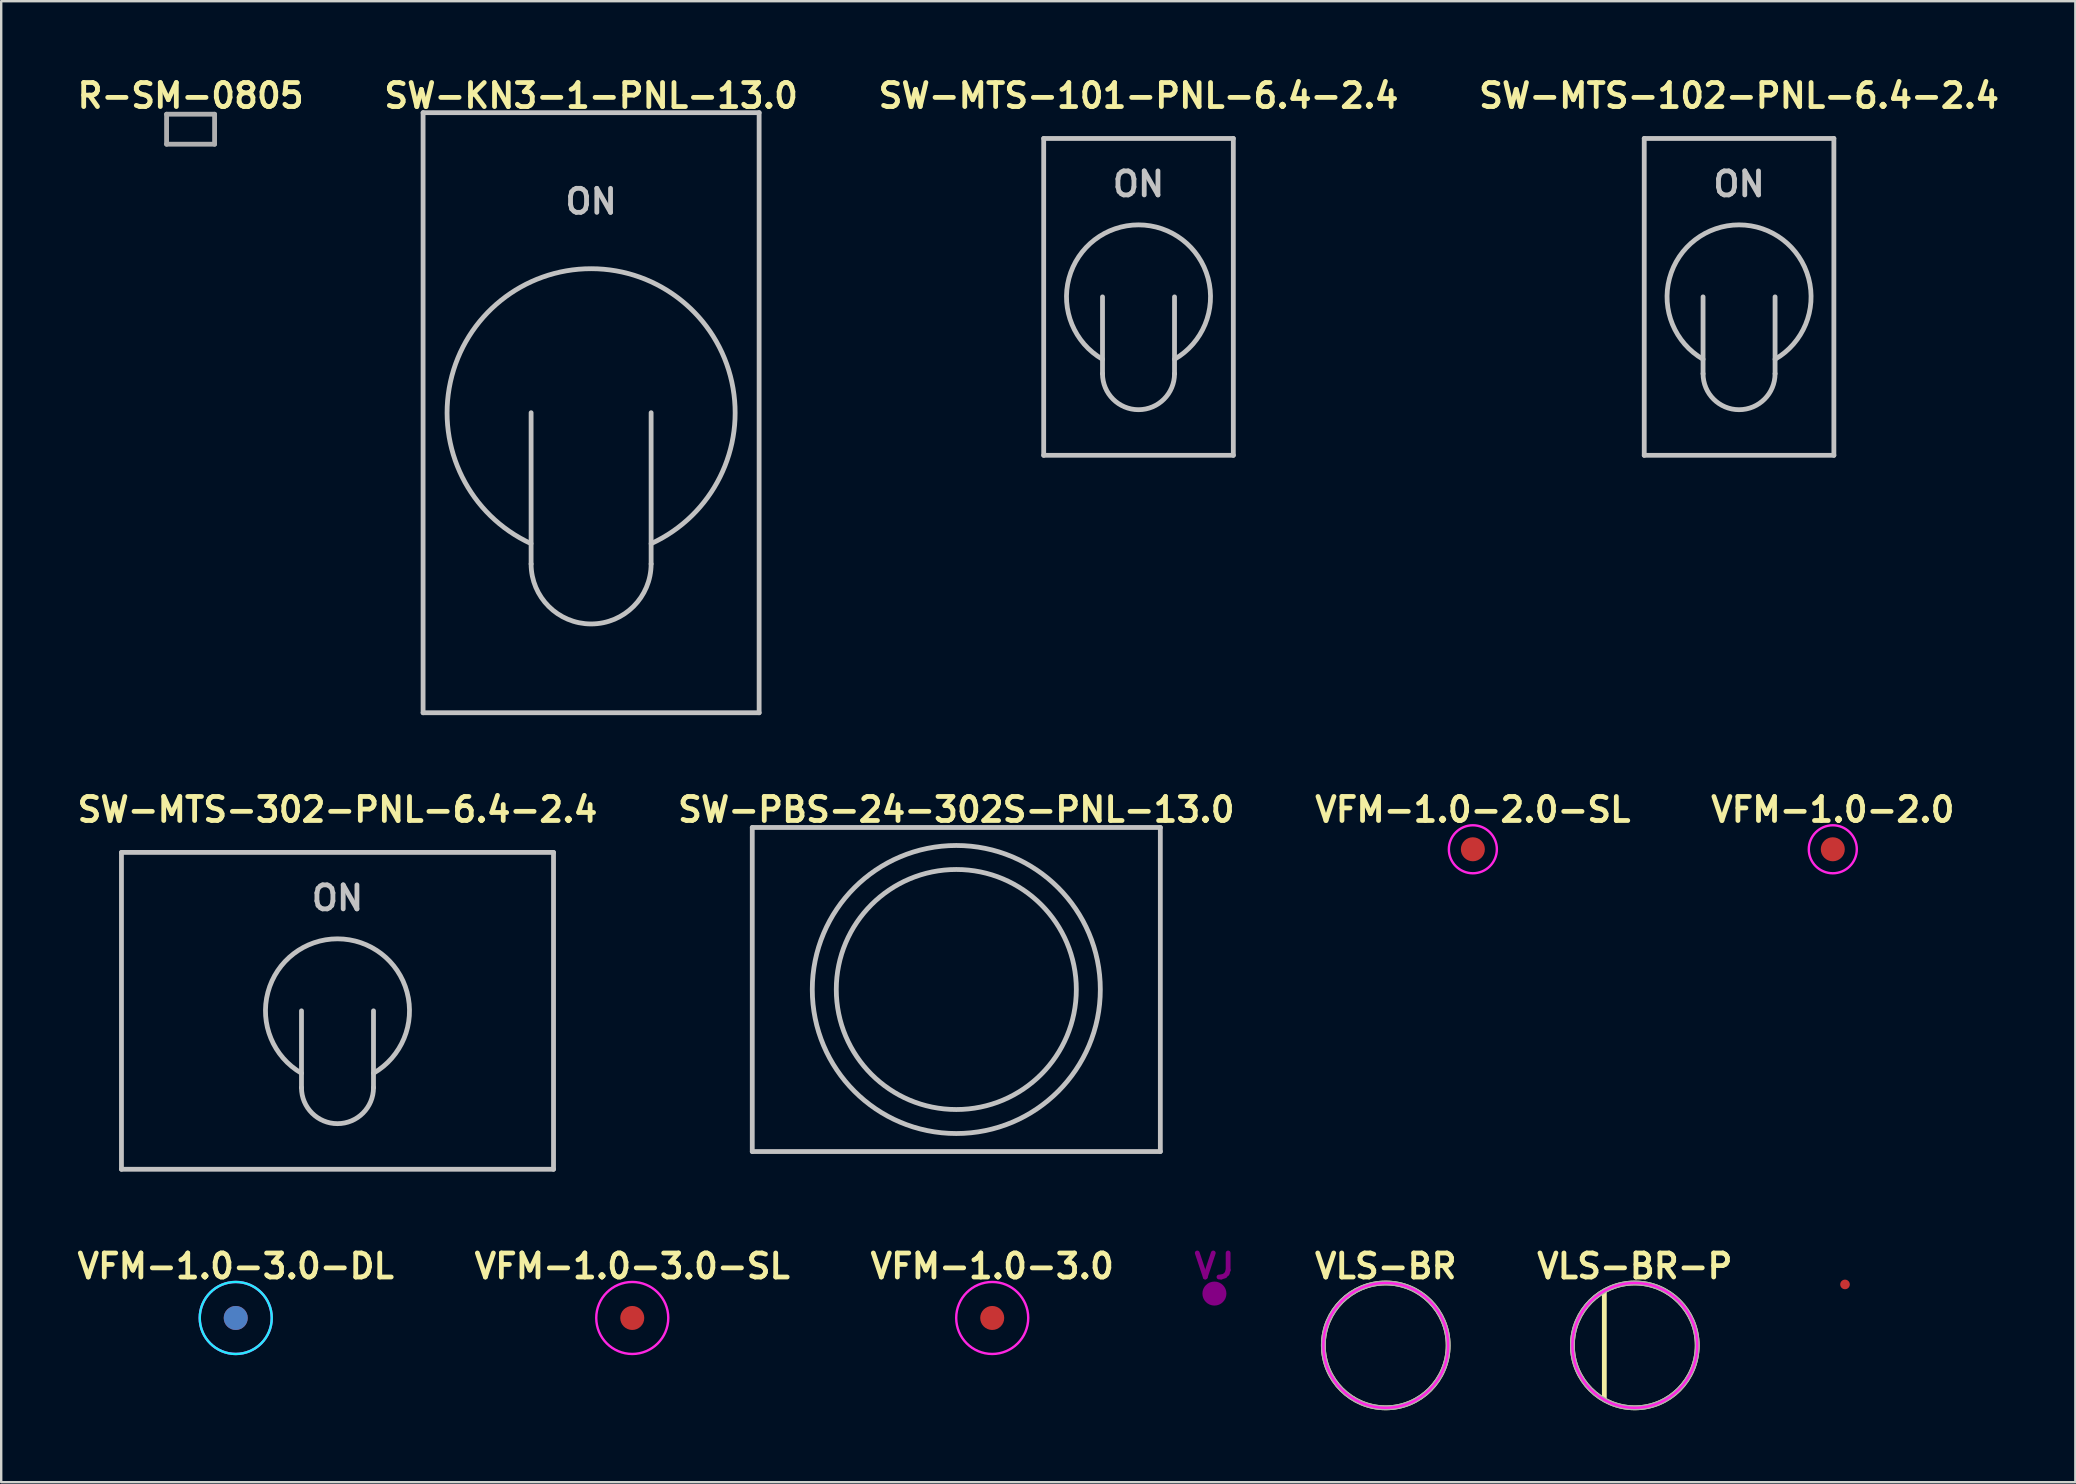
<source format=kicad_pcb>
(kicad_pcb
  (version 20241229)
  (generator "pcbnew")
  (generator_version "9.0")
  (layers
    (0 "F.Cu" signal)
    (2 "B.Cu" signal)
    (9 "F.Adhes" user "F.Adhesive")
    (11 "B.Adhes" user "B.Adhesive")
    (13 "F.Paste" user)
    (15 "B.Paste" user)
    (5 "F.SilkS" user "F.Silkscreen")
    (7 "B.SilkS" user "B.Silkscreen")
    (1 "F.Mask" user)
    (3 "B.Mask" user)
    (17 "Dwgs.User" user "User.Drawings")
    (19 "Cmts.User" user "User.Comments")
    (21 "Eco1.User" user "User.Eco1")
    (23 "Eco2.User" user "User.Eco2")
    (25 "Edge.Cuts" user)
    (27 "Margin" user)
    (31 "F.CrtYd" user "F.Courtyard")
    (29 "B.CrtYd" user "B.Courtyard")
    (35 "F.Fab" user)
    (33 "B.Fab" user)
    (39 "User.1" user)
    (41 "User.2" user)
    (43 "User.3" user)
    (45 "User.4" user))
  (footprint "VFM-1.0-2.0-SL"
    (layer "F.Cu")
    (at 58.31 32.331)
    (property "Reference" "VFM-1.0-2.0-SL" (at 0 -1.651 0) (layer "F.SilkS") (effects (font (size 1 1) (thickness 0.2))))
    (attr through_hole)
    (fp_circle (center 0 0) (end 1 0) (stroke (width 0.1) (type solid)) (fill no) (layer "F.CrtYd"))
    (pad "" smd circle (at 0 0) (size 1 1) (layers "F.Cu" "F.Mask")))
  (footprint "VFM-1.0-2.0"
    (layer "F.Cu")
    (at 73.305 32.331)
    (property "Reference" "VFM-1.0-2.0" (at 0 -1.651 0) (layer "F.SilkS") (effects (font (size 1 1) (thickness 0.2))))
    (attr through_hole)
    (fp_circle (center 0 0) (end 1 0) (stroke (width 0.1) (type solid)) (fill no) (layer "F.CrtYd"))
    (pad "" smd circle (at 0 0) (size 1 1) (layers "F.Cu" "F.Mask")))
  (footprint "VLS-BR-P"
    (layer "F.Cu")
    (at 65.057 53)
    (property "Reference" "VLS-BR-P" (at 0 -3.302 0) (layer "F.SilkS") (effects (font (size 1 1) (thickness 0.2))))
    (attr through_hole)
    (fp_line (start -1.27 -2.223) (end -1.27 2.223) (stroke (width 0.2) (type solid)) (layer "F.SilkS"))
    (fp_circle (center 0 0) (end 2.6 0) (stroke (width 0.2) (type solid)) (fill no) (layer "F.SilkS"))
    (fp_circle (center 0 0) (end 2.6 0) (stroke (width 0.1) (type solid)) (fill no) (layer "F.CrtYd"))
    (fp_circle (center 0 0) (end 2.6 0) (stroke (width 0.2) (type solid)) (fill no) (layer "F.Fab")))
  (footprint "SW-MTS-101-PNL-6.4-2.4"
    (layer "F.Cu")
    (at 44.381 9.318)
    (property "Reference" "SW-MTS-101-PNL-6.4-2.4" (at 0 -8.382 0) (layer "F.SilkS") (effects (font (size 1 1) (thickness 0.2))))
    (attr through_hole)
    (fp_line (start -3.95 -6.6) (end -3.95 6.6) (stroke (width 0.2) (type solid)) (layer "Dwgs.User"))
    (fp_line (start -3.95 -6.6) (end 3.95 -6.6) (stroke (width 0.2) (type solid)) (layer "Dwgs.User"))
    (fp_line (start -3.95 6.6) (end 3.95 6.6) (stroke (width 0.2) (type solid)) (layer "Dwgs.User"))
    (fp_line (start -1.5 0) (end -1.5 3.2) (stroke (width 0.2) (type solid)) (layer "Dwgs.User"))
    (fp_line (start 1.5 0) (end 1.5 3.2) (stroke (width 0.2) (type solid)) (layer "Dwgs.User"))
    (fp_line (start 3.95 -6.6) (end 3.95 6.6) (stroke (width 0.2) (type solid)) (layer "Dwgs.User"))
    (fp_arc (start -1.5 2.598076) (mid 0 -3) (end 1.5 2.598076) (stroke (width 0.2) (type solid)) (layer "Dwgs.User"))
    (fp_arc (start 1.5 3.2) (mid 0 4.7) (end -1.5 3.2) (stroke (width 0.2) (type solid)) (layer "Dwgs.User"))
    (fp_circle (center 0 -6.4) (end 1.2 -6.4) (stroke (width 0.4) (type solid)) (fill no) (layer "Eco1.User"))
    (fp_circle (center 0 0) (end 3.2 0) (stroke (width 0.4) (type solid)) (fill no) (layer "Eco1.User"))
    (fp_text user "ON" (at 0 -4.7 0) (layer "Dwgs.User") (effects (font (size 1 1) (thickness 0.2)))))
  (footprint "SW-KN3-1-PNL-13.0"
    (layer "F.Cu")
    (at 21.576 14.144)
    (property "Reference" "SW-KN3-1-PNL-13.0" (at 0 -13.208 0) (layer "F.SilkS") (effects (font (size 1 1) (thickness 0.2))))
    (attr through_hole)
    (fp_line (start -7 -12.5) (end -7 12.5) (stroke (width 0.2) (type solid)) (layer "Dwgs.User"))
    (fp_line (start -7 -12.5) (end 7 -12.5) (stroke (width 0.2) (type solid)) (layer "Dwgs.User"))
    (fp_line (start -7 12.5) (end 7 12.5) (stroke (width 0.2) (type solid)) (layer "Dwgs.User"))
    (fp_line (start -2.5 0) (end -2.5 6.3) (stroke (width 0.2) (type solid)) (layer "Dwgs.User"))
    (fp_line (start 2.5 0) (end 2.5 6.3) (stroke (width 0.2) (type solid)) (layer "Dwgs.User"))
    (fp_line (start 7 -12.5) (end 7 12.5) (stroke (width 0.2) (type solid)) (layer "Dwgs.User"))
    (fp_arc (start -2.504889 5.452113) (mid 0.002689 -6) (end 2.5 5.454356) (stroke (width 0.2) (type solid)) (layer "Dwgs.User"))
    (fp_arc (start 2.5 6.3) (mid 0 8.8) (end -2.5 6.3) (stroke (width 0.2) (type solid)) (layer "Dwgs.User"))
    (fp_circle (center 0 0) (end 6.5 0) (stroke (width 0.4) (type solid)) (fill no) (layer "Eco1.User"))
    (fp_text user "ON" (at 0 -8.8 0) (layer "Dwgs.User") (effects (font (size 1 1) (thickness 0.2)))))
  (footprint "VFM-1.0-3.0-SL"
    (layer "F.Cu")
    (at 23.29 51.857)
    (property "Reference" "VFM-1.0-3.0-SL" (at 0 -2.159 0) (layer "F.SilkS") (effects (font (size 1 1) (thickness 0.2))))
    (attr through_hole)
    (fp_circle (center 0 0) (end 1.5 0) (stroke (width 0.1) (type solid)) (fill no) (layer "F.CrtYd"))
    (pad "" smd circle (at 0 0) (size 1 1) (layers "F.Cu" "F.Mask")))
  (footprint "R-SM-0805"
    (layer "F.Cu")
    (at 4.89 2.333)
    (property "Reference" "R-SM-0805" (at 0 -1.397 0) (layer "F.SilkS") (effects (font (size 1 1) (thickness 0.2))))
    (attr through_hole)
    (fp_line (start -1 -0.625) (end -1 0.625) (stroke (width 0.2) (type solid)) (layer "F.Fab"))
    (fp_line (start -1 -0.625) (end 1 -0.625) (stroke (width 0.2) (type solid)) (layer "F.Fab"))
    (fp_line (start -1 0.625) (end 1 0.625) (stroke (width 0.2) (type solid)) (layer "F.Fab"))
    (fp_line (start 1 -0.625) (end 1 0.625) (stroke (width 0.2) (type solid)) (layer "F.Fab")))
  (footprint "VFM-1.0-3.0-DL"
    (layer "F.Cu")
    (at 6.771 51.857)
    (property "Reference" "VFM-1.0-3.0-DL" (at 0 -2.159 0) (layer "F.SilkS") (effects (font (size 1 1) (thickness 0.2))))
    (attr through_hole)
    (fp_circle (center 0 0) (end 1.5 0) (stroke (width 0.1) (type solid)) (fill no) (layer "B.CrtYd"))
    (fp_circle (center 0 0) (end 1.5 0) (stroke (width 0.1) (type solid)) (fill no) (layer "F.CrtYd"))
    (pad "" smd circle (at 0 0) (size 1 1) (layers "F.Cu" "F.Mask"))
    (pad "" smd circle (at 0 0) (size 1 1) (layers "B.Cu" "B.Mask")))
  (footprint "SW-MTS-302-PNL-6.4-2.4"
    (layer "F.Cu")
    (at 11.01 39.062)
    (property "Reference" "SW-MTS-302-PNL-6.4-2.4" (at 0 -8.382 0) (layer "F.SilkS") (effects (font (size 1 1) (thickness 0.2))))
    (attr through_hole)
    (fp_line (start -9 -6.6) (end -9 6.6) (stroke (width 0.2) (type solid)) (layer "Dwgs.User"))
    (fp_line (start -9 -6.6) (end 9 -6.6) (stroke (width 0.2) (type solid)) (layer "Dwgs.User"))
    (fp_line (start -9 6.6) (end 9 6.6) (stroke (width 0.2) (type solid)) (layer "Dwgs.User"))
    (fp_line (start -1.5 0) (end -1.5 3.2) (stroke (width 0.2) (type solid)) (layer "Dwgs.User"))
    (fp_line (start 1.5 0) (end 1.5 3.2) (stroke (width 0.2) (type solid)) (layer "Dwgs.User"))
    (fp_line (start 9 -6.6) (end 9 6.6) (stroke (width 0.2) (type solid)) (layer "Dwgs.User"))
    (fp_arc (start -1.5 2.598076) (mid 0 -3) (end 1.5 2.598076) (stroke (width 0.2) (type solid)) (layer "Dwgs.User"))
    (fp_arc (start 1.5 3.2) (mid 0 4.7) (end -1.5 3.2) (stroke (width 0.2) (type solid)) (layer "Dwgs.User"))
    (fp_circle (center 0 -6.4) (end 1.2 -6.4) (stroke (width 0.4) (type solid)) (fill no) (layer "Eco1.User"))
    (fp_circle (center 0 0) (end 3.2 0) (stroke (width 0.4) (type solid)) (fill no) (layer "Eco1.User"))
    (fp_text user "ON" (at 0 -4.7 0) (layer "Dwgs.User") (effects (font (size 1 1) (thickness 0.2)))))
  (footprint "VJ"
    (layer "F.Cu")
    (at 47.543 50.841)
    (property "Reference" "VJ" (at 0 -1.143 0) (layer "F.Adhes") (effects (font (size 1 1) (thickness 0.2))))
    (attr through_hole)
    (fp_circle (center 0 0) (end 0.25 0) (stroke (width 0.5) (type solid)) (fill no) (layer "F.Adhes"))
    (pad "1" smd circle (at 0 0) (size 0.4 0.4) (layers "F.Cu")))
  (footprint "VTC"
    (layer "F.Cu")
    (at 73.814 50.46)
    (property "Reference" "VTC" (at 0 -0.762 0) (layer "F.Paste") (effects (font (size 1 1) (thickness 0.2))))
    (attr through_hole)
    (fp_line (start -0.635 0) (end 0.635 0) (stroke (width 0.4) (type solid)) (layer "F.Paste"))
    (pad "1" smd circle (at 0 0) (size 0.4 0.4) (layers "F.Cu")))
  (footprint "SW-PBS-24-302S-PNL-13.0"
    (layer "F.Cu")
    (at 36.79 38.173)
    (property "Reference" "SW-PBS-24-302S-PNL-13.0" (at 0 -7.493 0) (layer "F.SilkS") (effects (font (size 1 1) (thickness 0.2))))
    (attr through_hole)
    (fp_line (start -8.5 -6.75) (end -8.5 6.75) (stroke (width 0.2) (type solid)) (layer "Dwgs.User"))
    (fp_line (start -8.5 -6.75) (end 8.5 -6.75) (stroke (width 0.2) (type solid)) (layer "Dwgs.User"))
    (fp_line (start -8.5 6.75) (end 8.5 6.75) (stroke (width 0.2) (type solid)) (layer "Dwgs.User"))
    (fp_line (start 8.5 -6.75) (end 8.5 6.75) (stroke (width 0.2) (type solid)) (layer "Dwgs.User"))
    (fp_circle (center 0 0) (end 5 0) (stroke (width 0.2) (type solid)) (fill no) (layer "Dwgs.User"))
    (fp_circle (center 0 0) (end 6 0) (stroke (width 0.2) (type solid)) (fill no) (layer "Dwgs.User"))
    (fp_circle (center 0 0) (end 6.5 0) (stroke (width 0.4) (type solid)) (fill no) (layer "Eco1.User")))
  (footprint "VLS-BR"
    (layer "F.Cu")
    (at 54.681 53)
    (property "Reference" "VLS-BR" (at 0 -3.302 0) (layer "F.SilkS") (effects (font (size 1 1) (thickness 0.2))))
    (attr through_hole)
    (fp_circle (center 0 0) (end 2.6 0) (stroke (width 0.2) (type solid)) (fill no) (layer "F.SilkS"))
    (fp_circle (center 0 0) (end 2.6 0) (stroke (width 0.1) (type solid)) (fill no) (layer "F.CrtYd"))
    (fp_circle (center 0 0) (end 2.6 0) (stroke (width 0.2) (type solid)) (fill no) (layer "F.Fab")))
  (footprint "VFM-1.0-3.0"
    (layer "F.Cu")
    (at 38.286 51.857)
    (property "Reference" "VFM-1.0-3.0" (at 0 -2.159 0) (layer "F.SilkS") (effects (font (size 1 1) (thickness 0.2))))
    (attr through_hole)
    (fp_circle (center 0 0) (end 1.5 0) (stroke (width 0.1) (type solid)) (fill no) (layer "F.CrtYd"))
    (pad "" smd circle (at 0 0) (size 1 1) (layers "F.Cu" "F.Mask")))
  (footprint "SW-MTS-102-PNL-6.4-2.4"
    (layer "F.Cu")
    (at 69.4 9.318)
    (property "Reference" "SW-MTS-102-PNL-6.4-2.4" (at 0 -8.382 0) (layer "F.SilkS") (effects (font (size 1 1) (thickness 0.2))))
    (attr through_hole)
    (fp_line (start -3.95 -6.6) (end -3.95 6.6) (stroke (width 0.2) (type solid)) (layer "Dwgs.User"))
    (fp_line (start -3.95 -6.6) (end 3.95 -6.6) (stroke (width 0.2) (type solid)) (layer "Dwgs.User"))
    (fp_line (start -3.95 6.6) (end 3.95 6.6) (stroke (width 0.2) (type solid)) (layer "Dwgs.User"))
    (fp_line (start -1.5 0) (end -1.5 3.2) (stroke (width 0.2) (type solid)) (layer "Dwgs.User"))
    (fp_line (start 1.5 0) (end 1.5 3.2) (stroke (width 0.2) (type solid)) (layer "Dwgs.User"))
    (fp_line (start 3.95 -6.6) (end 3.95 6.6) (stroke (width 0.2) (type solid)) (layer "Dwgs.User"))
    (fp_arc (start -1.5 2.598076) (mid 0 -3) (end 1.5 2.598076) (stroke (width 0.2) (type solid)) (layer "Dwgs.User"))
    (fp_arc (start 1.5 3.2) (mid 0 4.7) (end -1.5 3.2) (stroke (width 0.2) (type solid)) (layer "Dwgs.User"))
    (fp_circle (center 0 -6.4) (end 1.2 -6.4) (stroke (width 0.4) (type solid)) (fill no) (layer "Eco1.User"))
    (fp_circle (center 0 0) (end 3.2 0) (stroke (width 0.4) (type solid)) (fill no) (layer "Eco1.User"))
    (fp_text user "ON" (at 0 -4.7 0) (layer "Dwgs.User") (effects (font (size 1 1) (thickness 0.2)))))
  (gr_rect
    (start -3 -3)
    (end 83.41 58.7)
    (stroke (width 0.1) (type default))
    (fill no)
    (layer "Edge.Cuts")))
</source>
